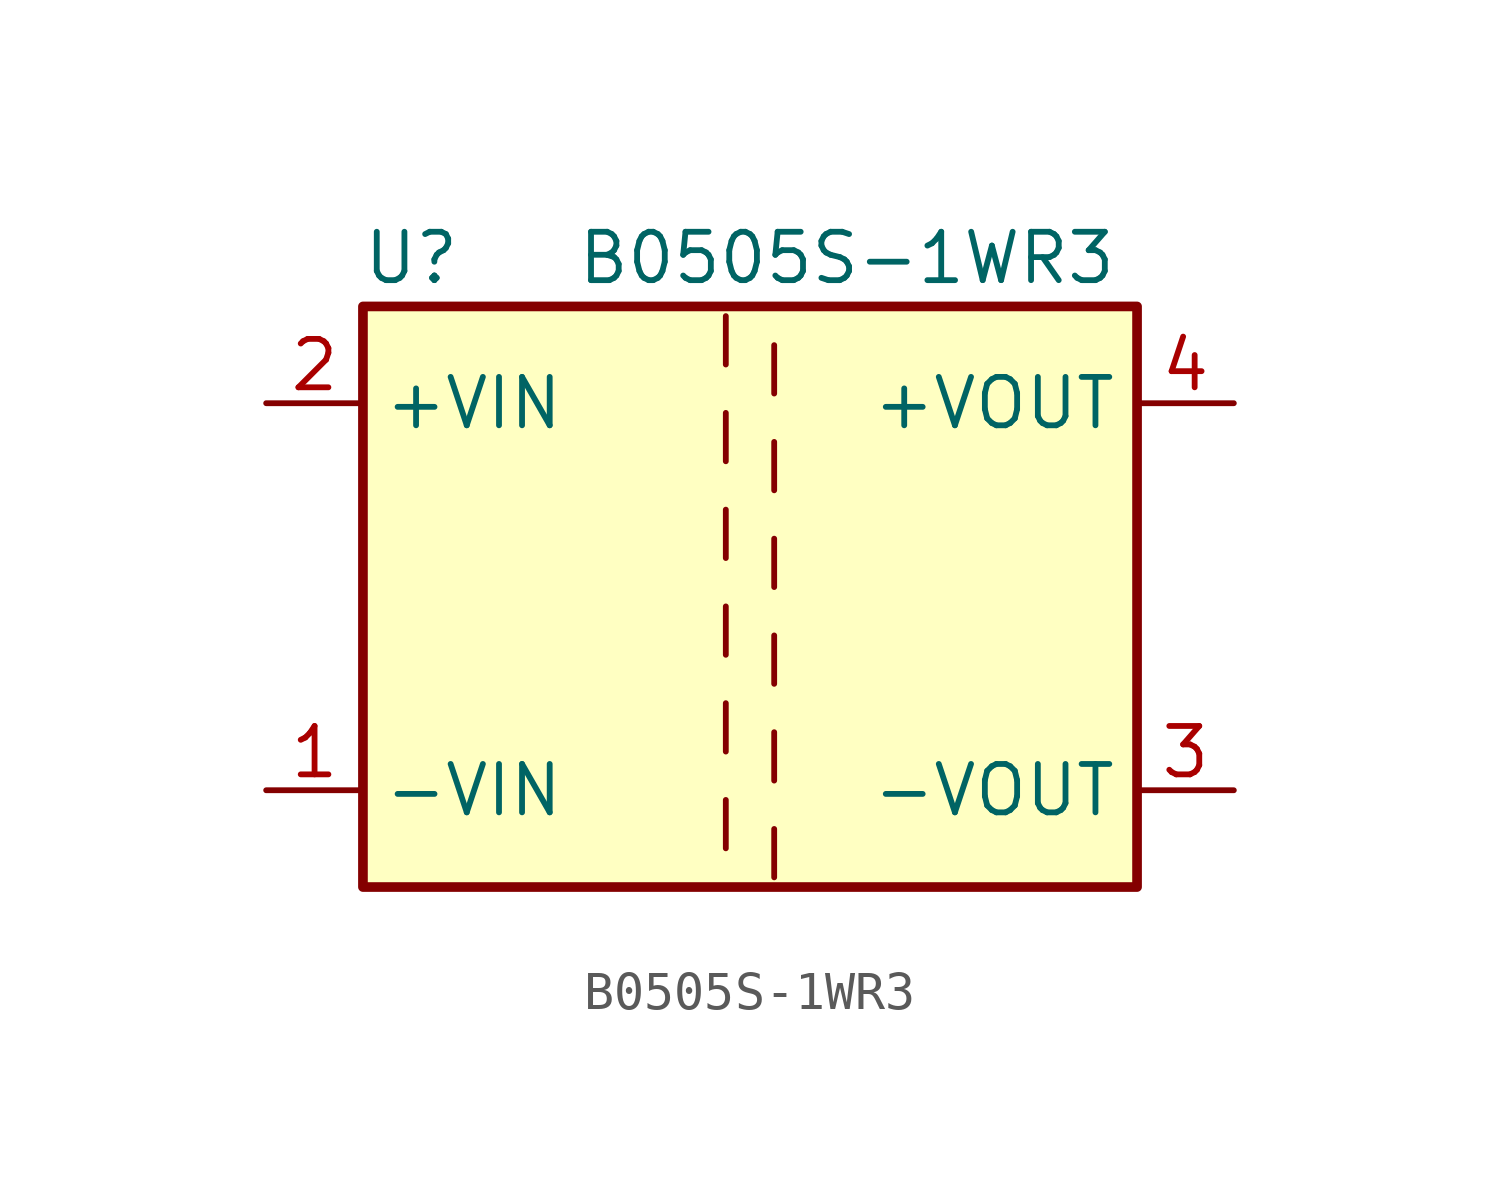
<source format=kicad_sym>
(kicad_symbol_lib
  (version 20220914)
  (generator kicad_symbol_editor)
  (symbol "B0505S-1WR3"
    (property "Reference" "U"
      (at -8.89 8.89 0)
      (effects (font (size 1.27 1.27))))
    (property "Value" "B0505S-1WR3"
      (at 2.54 8.89 0)
      (effects (font (size 1.27 1.27))))
    (symbol "B0505S-1WR3_0_1"
      (rectangle (start -10.16 7.62) (end 10.16 -7.62) (stroke (width 0.254) (type default)) (fill (type background)))
      (polyline (pts (xy -0.635 -5.334) (xy -0.635 -6.604)) (stroke (width 0) (type default)) (fill (type none)))
      (polyline (pts (xy -0.635 -2.794) (xy -0.635 -4.064)) (stroke (width 0) (type default)) (fill (type none)))
      (polyline (pts (xy -0.635 -0.254) (xy -0.635 -1.524)) (stroke (width 0) (type default)) (fill (type none)))
      (polyline (pts (xy -0.635 2.286) (xy -0.635 1.016)) (stroke (width 0) (type default)) (fill (type none)))
      (polyline (pts (xy -0.635 4.826) (xy -0.635 3.556)) (stroke (width 0) (type default)) (fill (type none)))
      (polyline (pts (xy -0.635 7.366) (xy -0.635 6.096)) (stroke (width 0) (type default)) (fill (type none)))
      (polyline (pts (xy 0.635 -7.366) (xy 0.635 -6.096)) (stroke (width 0) (type default)) (fill (type none)))
      (polyline (pts (xy 0.635 -4.826) (xy 0.635 -3.556)) (stroke (width 0) (type default)) (fill (type none)))
      (polyline (pts (xy 0.635 -2.286) (xy 0.635 -1.016)) (stroke (width 0) (type default)) (fill (type none)))
      (polyline (pts (xy 0.635 0.254) (xy 0.635 1.524)) (stroke (width 0) (type default)) (fill (type none)))
      (polyline (pts (xy 0.635 2.794) (xy 0.635 4.064)) (stroke (width 0) (type default)) (fill (type none)))
      (polyline (pts (xy 0.635 5.334) (xy 0.635 6.604)) (stroke (width 0) (type default)) (fill (type none))))
    (symbol "B0505S-1WR3_1_1"
      (pin power_in line (at -12.7 -5.08 0) (length 2.54) (name "-VIN" (effects (font (size 1.27 1.27)))) (number "1" (effects (font (size 1.27 1.27)))))
      (pin power_in line (at -12.7 5.08 0) (length 2.54) (name "+VIN" (effects (font (size 1.27 1.27)))) (number "2" (effects (font (size 1.27 1.27)))))
      (pin power_out line (at 12.7 -5.08 180) (length 2.54) (name "-VOUT" (effects (font (size 1.27 1.27)))) (number "3" (effects (font (size 1.27 1.27)))))
      (pin power_out line (at 12.7 5.08 180) (length 2.54) (name "+VOUT" (effects (font (size 1.27 1.27)))) (number "4" (effects (font (size 1.27 1.27))))))))
</source>
